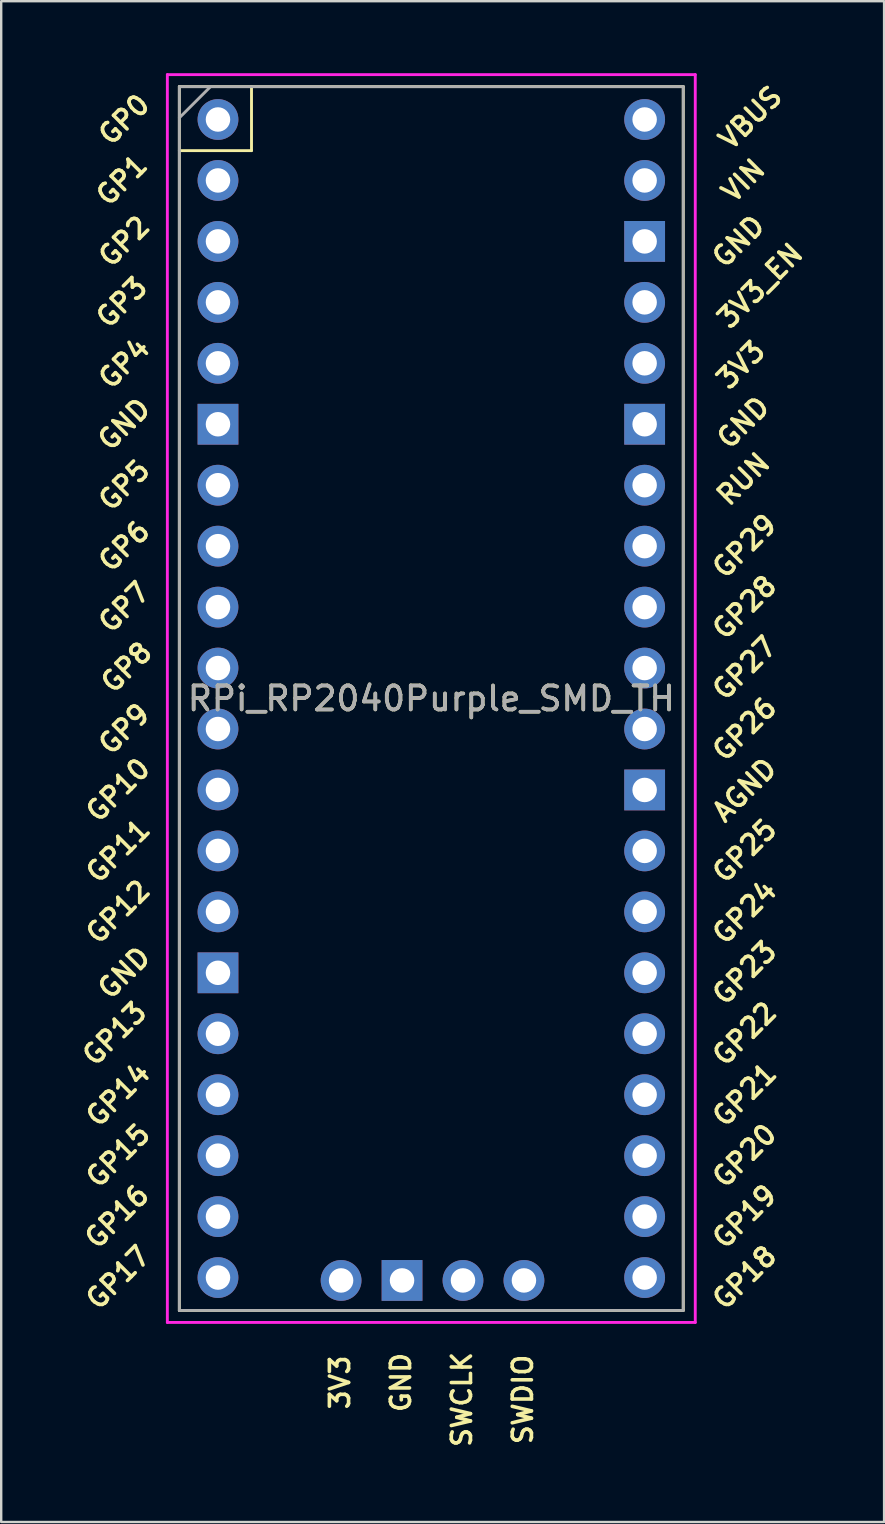
<source format=kicad_pcb>
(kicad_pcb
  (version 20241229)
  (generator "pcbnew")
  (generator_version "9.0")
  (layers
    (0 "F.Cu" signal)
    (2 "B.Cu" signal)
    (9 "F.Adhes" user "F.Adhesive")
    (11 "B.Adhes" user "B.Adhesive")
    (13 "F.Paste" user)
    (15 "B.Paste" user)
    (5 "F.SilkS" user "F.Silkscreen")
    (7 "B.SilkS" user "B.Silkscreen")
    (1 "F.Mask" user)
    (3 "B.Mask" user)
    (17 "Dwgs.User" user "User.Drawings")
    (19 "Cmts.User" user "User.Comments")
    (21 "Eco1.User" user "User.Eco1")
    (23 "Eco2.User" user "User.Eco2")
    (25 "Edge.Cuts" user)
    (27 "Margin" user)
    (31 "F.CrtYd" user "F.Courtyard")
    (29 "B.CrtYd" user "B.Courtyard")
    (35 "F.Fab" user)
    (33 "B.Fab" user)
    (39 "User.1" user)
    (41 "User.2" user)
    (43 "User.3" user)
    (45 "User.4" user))
  (footprint "RPi_RP2040Purple_SMD_TH"
    (layer "F.Cu")
    (at 14.924 26.06)
    (property "Reference" "RPi_RP2040Purple_SMD_TH" (at 0 0 0) (layer "F.SilkS") (effects (font (size 1 1) (thickness 0.15))))
    (attr through_hole)
    (fp_line (start -10.5 -25.5) (end -10.5 25.5) (stroke (width 0.12) (type solid)) (layer "F.SilkS"))
    (fp_line (start -10.5 -25.5) (end 10.5 -25.5) (stroke (width 0.12) (type solid)) (layer "F.SilkS"))
    (fp_line (start -10.5 -22.833) (end -7.493 -22.833) (stroke (width 0.12) (type solid)) (layer "F.SilkS"))
    (fp_line (start -7.493 -22.833) (end -7.493 -25.5) (stroke (width 0.12) (type solid)) (layer "F.SilkS"))
    (fp_line (start 10.5 -25.5) (end 10.5 25.5) (stroke (width 0.12) (type solid)) (layer "F.SilkS"))
    (fp_line (start 10.5 25.5) (end -10.5 25.5) (stroke (width 0.12) (type solid)) (layer "F.SilkS"))
    (fp_line (start -11 -26) (end 11 -26) (stroke (width 0.12) (type solid)) (layer "F.CrtYd"))
    (fp_line (start -11 26) (end -11 -26) (stroke (width 0.12) (type solid)) (layer "F.CrtYd"))
    (fp_line (start 11 -26) (end 11 26) (stroke (width 0.12) (type solid)) (layer "F.CrtYd"))
    (fp_line (start 11 26) (end -11 26) (stroke (width 0.12) (type solid)) (layer "F.CrtYd"))
    (fp_line (start -10.5 -25.5) (end 10.5 -25.5) (stroke (width 0.12) (type solid)) (layer "F.Fab"))
    (fp_line (start -10.5 -24.2) (end -9.2 -25.5) (stroke (width 0.12) (type solid)) (layer "F.Fab"))
    (fp_line (start -10.5 25.5) (end -10.5 -25.5) (stroke (width 0.12) (type solid)) (layer "F.Fab"))
    (fp_line (start 10.5 -25.5) (end 10.5 25.5) (stroke (width 0.12) (type solid)) (layer "F.Fab"))
    (fp_line (start 10.5 25.5) (end -10.5 25.5) (stroke (width 0.12) (type solid)) (layer "F.Fab"))
    (fp_text user "SWCLK" (at 1.27 29.21 90) (layer "F.SilkS") (effects (font (size 0.8 0.8) (thickness 0.15))))
    (fp_text user "GP2" (at -12.8 -19.05 45) (layer "F.SilkS") (effects (font (size 0.8 0.8) (thickness 0.15))))
    (fp_text user "GP1" (at -12.9 -21.6 45) (layer "F.SilkS") (effects (font (size 0.8 0.8) (thickness 0.15))))
    (fp_text user "GP5" (at -12.8 -8.89 45) (layer "F.SilkS") (effects (font (size 0.8 0.8) (thickness 0.15))))
    (fp_text user "GP6" (at -12.8 -6.35 45) (layer "F.SilkS") (effects (font (size 0.8 0.8) (thickness 0.15))))
    (fp_text user "GP24" (at 13.054 8.9 45) (layer "F.SilkS") (effects (font (size 0.8 0.8) (thickness 0.15))))
    (fp_text user "GP26" (at 13.054 1.27 45) (layer "F.SilkS") (effects (font (size 0.8 0.8) (thickness 0.15))))
    (fp_text user "GP8" (at -12.7 -1.3 45) (layer "F.SilkS") (effects (font (size 0.8 0.8) (thickness 0.15))))
    (fp_text user "GP18" (at 13.054 24.13 45) (layer "F.SilkS") (effects (font (size 0.8 0.8) (thickness 0.15))))
    (fp_text user "GP20" (at 13.054 19.05 45) (layer "F.SilkS") (effects (font (size 0.8 0.8) (thickness 0.15))))
    (fp_text user "GP22" (at 13.054 13.97 45) (layer "F.SilkS") (effects (font (size 0.8 0.8) (thickness 0.15))))
    (fp_text user "GP29" (at 13.054 -6.35 45) (layer "F.SilkS") (effects (font (size 0.8 0.8) (thickness 0.15))))
    (fp_text user "3V3" (at -3.81 28.5 90) (layer "F.SilkS") (effects (font (size 0.8 0.8) (thickness 0.15))))
    (fp_text user "AGND" (at 13.054 3.81 45) (layer "F.SilkS") (effects (font (size 0.8 0.8) (thickness 0.15))))
    (fp_text user "GP0" (at -12.8 -24.13 45) (layer "F.SilkS") (effects (font (size 0.8 0.8) (thickness 0.15))))
    (fp_text user "GP11" (at -13.054 6.35 45) (layer "F.SilkS") (effects (font (size 0.8 0.8) (thickness 0.15))))
    (fp_text user "GND" (at 13 -11.5 45) (layer "F.SilkS") (effects (font (size 0.8 0.8) (thickness 0.15))))
    (fp_text user "GP3" (at -12.9 -16.51 45) (layer "F.SilkS") (effects (font (size 0.8 0.8) (thickness 0.15))))
    (fp_text user "GP23" (at 13.054 11.43 45) (layer "F.SilkS") (effects (font (size 0.8 0.8) (thickness 0.15))))
    (fp_text user "GP10" (at -13.054 3.81 45) (layer "F.SilkS") (effects (font (size 0.8 0.8) (thickness 0.15))))
    (fp_text user "GP7" (at -12.8 -3.81 45) (layer "F.SilkS") (effects (font (size 0.8 0.8) (thickness 0.15))))
    (fp_text user "GND" (at -12.8 11.43 45) (layer "F.SilkS") (effects (font (size 0.8 0.8) (thickness 0.15))))
    (fp_text user "3V3_EN" (at 13.7 -17.2 45) (layer "F.SilkS") (effects (font (size 0.8 0.8) (thickness 0.15))))
    (fp_text user "GP21" (at 13.054 16.51 45) (layer "F.SilkS") (effects (font (size 0.8 0.8) (thickness 0.15))))
    (fp_text user "GP19" (at 13.054 21.59 45) (layer "F.SilkS") (effects (font (size 0.8 0.8) (thickness 0.15))))
    (fp_text user "GP16" (at -13.1 21.59 45) (layer "F.SilkS") (effects (font (size 0.8 0.8) (thickness 0.15))))
    (fp_text user "GP25" (at 13.054 6.35 45) (layer "F.SilkS") (effects (font (size 0.8 0.8) (thickness 0.15))))
    (fp_text user "RUN" (at 13 -9.144 45) (layer "F.SilkS") (effects (font (size 0.8 0.8) (thickness 0.15))))
    (fp_text user "GP12" (at -13.054 8.89 45) (layer "F.SilkS") (effects (font (size 0.8 0.8) (thickness 0.15))))
    (fp_text user "GP13" (at -13.2 13.97 45) (layer "F.SilkS") (effects (font (size 0.8 0.8) (thickness 0.15))))
    (fp_text user "VBUS" (at 13.3 -24.2 45) (layer "F.SilkS") (effects (font (size 0.8 0.8) (thickness 0.15))))
    (fp_text user "GP17" (at -13.054 24.13 45) (layer "F.SilkS") (effects (font (size 0.8 0.8) (thickness 0.15))))
    (fp_text user "3V3" (at 12.9 -13.9 45) (layer "F.SilkS") (effects (font (size 0.8 0.8) (thickness 0.15))))
    (fp_text user "GP28" (at 13.054 -3.8 45) (layer "F.SilkS") (effects (font (size 0.8 0.8) (thickness 0.15))))
    (fp_text user "SWDIO" (at 3.81 29.21 90) (layer "F.SilkS") (effects (font (size 0.8 0.8) (thickness 0.15))))
    (fp_text user "GND" (at -1.27 28.5 90) (layer "F.SilkS") (effects (font (size 0.8 0.8) (thickness 0.15))))
    (fp_text user "GP4" (at -12.8 -13.97 45) (layer "F.SilkS") (effects (font (size 0.8 0.8) (thickness 0.15))))
    (fp_text user "GND" (at 12.8 -19.05 45) (layer "F.SilkS") (effects (font (size 0.8 0.8) (thickness 0.15))))
    (fp_text user "GP15" (at -13.054 19.05 45) (layer "F.SilkS") (effects (font (size 0.8 0.8) (thickness 0.15))))
    (fp_text user "GP14" (at -13.054 16.51 45) (layer "F.SilkS") (effects (font (size 0.8 0.8) (thickness 0.15))))
    (fp_text user "VIN" (at 13 -21.59 45) (layer "F.SilkS") (effects (font (size 0.8 0.8) (thickness 0.15))))
    (fp_text user "GND" (at -12.8 -11.43 45) (layer "F.SilkS") (effects (font (size 0.8 0.8) (thickness 0.15))))
    (fp_text user "GP9" (at -12.8 1.27 45) (layer "F.SilkS") (effects (font (size 0.8 0.8) (thickness 0.15))))
    (fp_text user "GP27" (at 13.054 -1.27 45) (layer "F.SilkS") (effects (font (size 0.8 0.8) (thickness 0.15))))
    (fp_text user "${REFERENCE}" (at 0 0 180) (layer "F.Fab") (effects (font (size 1 1) (thickness 0.15))))
    (pad "1" thru_hole oval (at -8.89 -24.13) (size 1.7 1.7) (drill 1.02) (layers "*.Cu" "*.Mask"))
    (pad "2" thru_hole oval (at -8.89 -21.59) (size 1.7 1.7) (drill 1.02) (layers "*.Cu" "*.Mask"))
    (pad "3" thru_hole oval (at -8.89 -19.05) (size 1.7 1.7) (drill 1.02) (layers "*.Cu" "*.Mask"))
    (pad "4" thru_hole oval (at -8.89 -16.51) (size 1.7 1.7) (drill 1.02) (layers "*.Cu" "*.Mask"))
    (pad "5" thru_hole oval (at -8.89 -13.97) (size 1.7 1.7) (drill 1.02) (layers "*.Cu" "*.Mask"))
    (pad "6" thru_hole rect (at -8.89 -11.43) (size 1.7 1.7) (drill 1.02) (layers "*.Cu" "*.Mask"))
    (pad "7" thru_hole oval (at -8.89 -8.89) (size 1.7 1.7) (drill 1.02) (layers "*.Cu" "*.Mask"))
    (pad "8" thru_hole oval (at -8.89 -6.35) (size 1.7 1.7) (drill 1.02) (layers "*.Cu" "*.Mask"))
    (pad "9" thru_hole oval (at -8.89 -3.81) (size 1.7 1.7) (drill 1.02) (layers "*.Cu" "*.Mask"))
    (pad "10" thru_hole oval (at -8.89 -1.27) (size 1.7 1.7) (drill 1.02) (layers "*.Cu" "*.Mask"))
    (pad "11" thru_hole oval (at -8.89 1.27) (size 1.7 1.7) (drill 1.02) (layers "*.Cu" "*.Mask"))
    (pad "12" thru_hole oval (at -8.89 3.81) (size 1.7 1.7) (drill 1.02) (layers "*.Cu" "*.Mask"))
    (pad "13" thru_hole oval (at -8.89 6.35) (size 1.7 1.7) (drill 1.02) (layers "*.Cu" "*.Mask"))
    (pad "14" thru_hole oval (at -8.89 8.89) (size 1.7 1.7) (drill 1.02) (layers "*.Cu" "*.Mask"))
    (pad "15" thru_hole rect (at -8.89 11.43) (size 1.7 1.7) (drill 1.02) (layers "*.Cu" "*.Mask"))
    (pad "16" thru_hole oval (at -8.89 13.97) (size 1.7 1.7) (drill 1.02) (layers "*.Cu" "*.Mask"))
    (pad "17" thru_hole oval (at -8.89 16.51) (size 1.7 1.7) (drill 1.02) (layers "*.Cu" "*.Mask"))
    (pad "18" thru_hole oval (at -8.89 19.05) (size 1.7 1.7) (drill 1.02) (layers "*.Cu" "*.Mask"))
    (pad "19" thru_hole oval (at -8.89 21.59) (size 1.7 1.7) (drill 1.02) (layers "*.Cu" "*.Mask"))
    (pad "20" thru_hole oval (at -8.89 24.13) (size 1.7 1.7) (drill 1.02) (layers "*.Cu" "*.Mask"))
    (pad "21" thru_hole oval (at 8.89 24.13) (size 1.7 1.7) (drill 1.02) (layers "*.Cu" "*.Mask"))
    (pad "22" thru_hole oval (at 8.89 21.59) (size 1.7 1.7) (drill 1.02) (layers "*.Cu" "*.Mask"))
    (pad "23" thru_hole oval (at 8.89 19.05) (size 1.7 1.7) (drill 1.02) (layers "*.Cu" "*.Mask"))
    (pad "24" thru_hole oval (at 8.89 16.51) (size 1.7 1.7) (drill 1.02) (layers "*.Cu" "*.Mask"))
    (pad "25" thru_hole oval (at 8.89 13.97) (size 1.7 1.7) (drill 1.02) (layers "*.Cu" "*.Mask"))
    (pad "26" thru_hole oval (at 8.89 11.43) (size 1.7 1.7) (drill 1.02) (layers "*.Cu" "*.Mask"))
    (pad "27" thru_hole oval (at 8.89 8.89) (size 1.7 1.7) (drill 1.02) (layers "*.Cu" "*.Mask"))
    (pad "28" thru_hole oval (at 8.89 6.35) (size 1.7 1.7) (drill 1.02) (layers "*.Cu" "*.Mask"))
    (pad "29" thru_hole rect (at 8.89 3.81) (size 1.7 1.7) (drill 1.02) (layers "*.Cu" "*.Mask"))
    (pad "30" thru_hole oval (at 8.89 1.27) (size 1.7 1.7) (drill 1.02) (layers "*.Cu" "*.Mask"))
    (pad "31" thru_hole oval (at 8.89 -1.27) (size 1.7 1.7) (drill 1.02) (layers "*.Cu" "*.Mask"))
    (pad "32" thru_hole oval (at 8.89 -3.81) (size 1.7 1.7) (drill 1.02) (layers "*.Cu" "*.Mask"))
    (pad "33" thru_hole oval (at 8.89 -6.35) (size 1.7 1.7) (drill 1.02) (layers "*.Cu" "*.Mask"))
    (pad "34" thru_hole oval (at 8.89 -8.89) (size 1.7 1.7) (drill 1.02) (layers "*.Cu" "*.Mask"))
    (pad "35" thru_hole rect (at 8.89 -11.43) (size 1.7 1.7) (drill 1.02) (layers "*.Cu" "*.Mask"))
    (pad "36" thru_hole oval (at 8.89 -13.97) (size 1.7 1.7) (drill 1.02) (layers "*.Cu" "*.Mask"))
    (pad "37" thru_hole oval (at 8.89 -16.51) (size 1.7 1.7) (drill 1.02) (layers "*.Cu" "*.Mask"))
    (pad "38" thru_hole rect (at 8.89 -19.05) (size 1.7 1.7) (drill 1.02) (layers "*.Cu" "*.Mask"))
    (pad "39" thru_hole oval (at 8.89 -21.59) (size 1.7 1.7) (drill 1.02) (layers "*.Cu" "*.Mask"))
    (pad "40" thru_hole oval (at 8.89 -24.13) (size 1.7 1.7) (drill 1.02) (layers "*.Cu" "*.Mask"))
    (pad "41" thru_hole oval (at -3.76 24.25) (size 1.7 1.7) (drill 1.02) (layers "*.Cu" "*.Mask"))
    (pad "42" thru_hole rect (at -1.22 24.25) (size 1.7 1.7) (drill 1.02) (layers "*.Cu" "*.Mask"))
    (pad "43" thru_hole oval (at 1.32 24.25) (size 1.7 1.7) (drill 1.02) (layers "*.Cu" "*.Mask"))
    (pad "43" thru_hole oval (at 3.86 24.25) (size 1.7 1.7) (drill 1.02) (layers "*.Cu" "*.Mask")))
  (gr_rect
    (start -3 -3)
    (end 33.793 60.377)
    (stroke (width 0.1) (type default))
    (fill no)
    (layer "Edge.Cuts")))
</source>
